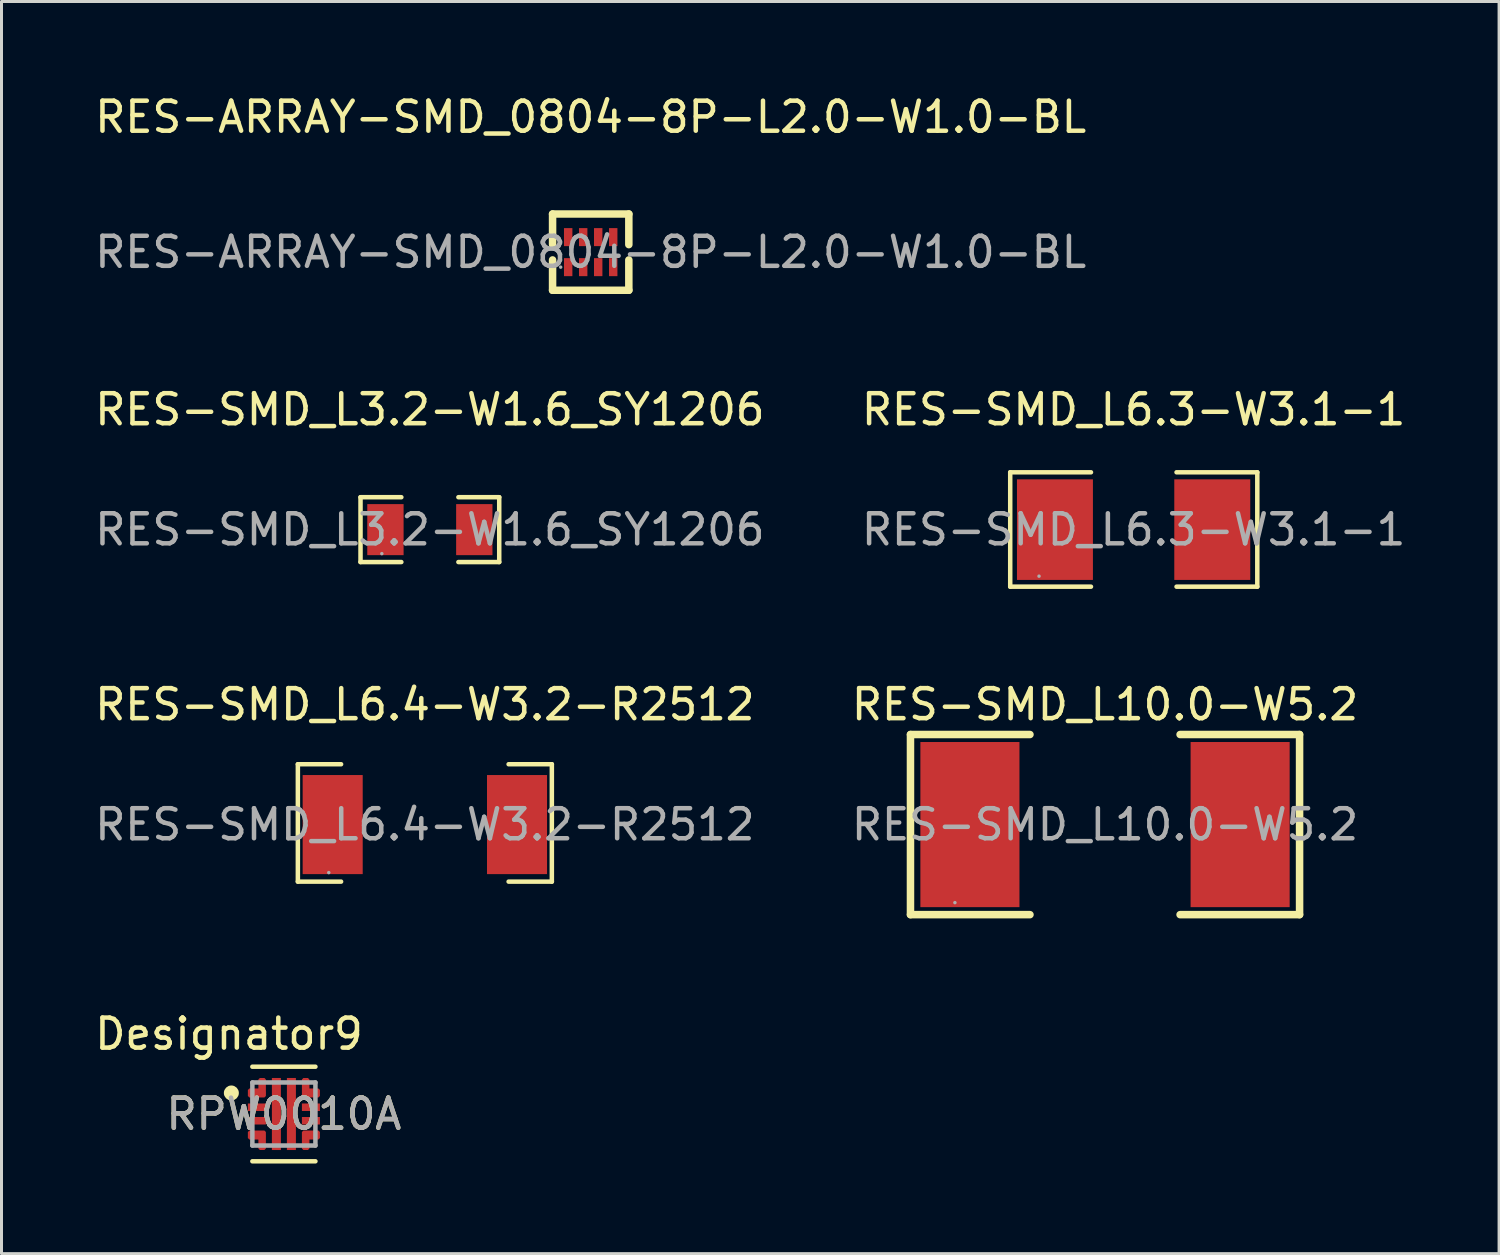
<source format=kicad_pcb>
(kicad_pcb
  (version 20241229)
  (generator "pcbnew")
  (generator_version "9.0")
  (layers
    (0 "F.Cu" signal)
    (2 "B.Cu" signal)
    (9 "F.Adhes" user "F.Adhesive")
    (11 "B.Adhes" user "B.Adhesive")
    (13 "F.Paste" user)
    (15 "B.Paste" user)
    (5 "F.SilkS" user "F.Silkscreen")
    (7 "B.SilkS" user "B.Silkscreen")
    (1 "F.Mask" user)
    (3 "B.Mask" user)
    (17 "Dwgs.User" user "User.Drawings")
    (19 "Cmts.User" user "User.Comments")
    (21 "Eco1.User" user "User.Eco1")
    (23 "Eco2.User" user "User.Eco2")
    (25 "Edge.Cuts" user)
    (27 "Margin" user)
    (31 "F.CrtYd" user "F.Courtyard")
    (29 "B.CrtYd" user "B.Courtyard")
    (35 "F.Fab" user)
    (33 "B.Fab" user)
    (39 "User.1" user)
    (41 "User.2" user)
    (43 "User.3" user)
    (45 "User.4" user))
  (footprint "RES-ARRAY-SMD_0804-8P-L2.0-W1.0-BL"
    (layer "F.Cu")
    (at 16.625 5.348)
    (property "Reference" "RES-ARRAY-SMD_0804-8P-L2.0-W1.0-BL" (at 0 -4.5 0) (layer "F.SilkS") (effects (font (size 1 1) (thickness 0.15))))
    (attr smd)
    (fp_line (start -1.27 -1.27) (end 1.27 -1.27) (stroke (width 0.25) (type solid)) (layer "F.SilkS"))
    (fp_line (start -1.27 -0.25) (end -1.27 -1.27) (stroke (width 0.25) (type solid)) (layer "F.SilkS"))
    (fp_line (start -1.27 1.27) (end -1.27 0.26) (stroke (width 0.25) (type solid)) (layer "F.SilkS"))
    (fp_line (start 1.27 -1.27) (end 1.27 -0.25) (stroke (width 0.25) (type solid)) (layer "F.SilkS"))
    (fp_line (start 1.27 0.26) (end 1.27 1.27) (stroke (width 0.25) (type solid)) (layer "F.SilkS"))
    (fp_line (start 1.27 1.27) (end -1.27 1.27) (stroke (width 0.25) (type solid)) (layer "F.SilkS"))
    (fp_circle (center -1 0.5) (end -0.97 0.5) (stroke (width 0.06) (type solid)) (fill no) (layer "F.Fab"))
    (fp_text user "${REFERENCE}" (at 0 0 0) (layer "F.Fab") (effects (font (size 1 1) (thickness 0.15))))
    (pad "1" smd rect (at -0.75 0.5 90) (size 0.6 0.28) (layers "F.Cu" "F.Mask" "F.Paste"))
    (pad "2" smd rect (at -0.25 0.5 90) (size 0.6 0.28) (layers "F.Cu" "F.Mask" "F.Paste"))
    (pad "3" smd rect (at 0.25 0.5 90) (size 0.6 0.28) (layers "F.Cu" "F.Mask" "F.Paste"))
    (pad "4" smd rect (at 0.75 0.5 90) (size 0.6 0.28) (layers "F.Cu" "F.Mask" "F.Paste"))
    (pad "5" smd rect (at 0.75 -0.5 90) (size 0.6 0.28) (layers "F.Cu" "F.Mask" "F.Paste"))
    (pad "6" smd rect (at 0.25 -0.5 90) (size 0.6 0.28) (layers "F.Cu" "F.Mask" "F.Paste"))
    (pad "7" smd rect (at -0.25 -0.5 90) (size 0.6 0.28) (layers "F.Cu" "F.Mask" "F.Paste"))
    (pad "8" smd rect (at -0.75 -0.5 90) (size 0.6 0.28) (layers "F.Cu" "F.Mask" "F.Paste")))
  (footprint "RES-SMD_L6.3-W3.1-1"
    (layer "F.Cu")
    (at 34.708 14.591)
    (property "Reference" "RES-SMD_L6.3-W3.1-1" (at 0 -4 0) (layer "F.SilkS") (effects (font (size 1 1) (thickness 0.15))))
    (attr smd)
    (fp_line (start -4.11 -1.91) (end -4.11 1.9) (stroke (width 0.15) (type solid)) (layer "F.SilkS"))
    (fp_line (start -4.11 1.9) (end -1.42 1.9) (stroke (width 0.15) (type solid)) (layer "F.SilkS"))
    (fp_line (start -1.42 -1.91) (end -4.11 -1.91) (stroke (width 0.15) (type solid)) (layer "F.SilkS"))
    (fp_line (start 1.43 -1.91) (end 4.12 -1.91) (stroke (width 0.15) (type solid)) (layer "F.SilkS"))
    (fp_line (start 4.12 -1.91) (end 4.12 1.9) (stroke (width 0.15) (type solid)) (layer "F.SilkS"))
    (fp_line (start 4.12 1.9) (end 1.43 1.9) (stroke (width 0.15) (type solid)) (layer "F.SilkS"))
    (fp_circle (center -3.15 1.55) (end -3.12 1.55) (stroke (width 0.06) (type solid)) (fill no) (layer "F.Fab"))
    (fp_text user "${REFERENCE}" (at 0 0 0) (layer "F.Fab") (effects (font (size 1 1) (thickness 0.15))))
    (pad "1" smd rect (at -2.62 0) (size 2.53 3.35) (layers "F.Cu" "F.Mask" "F.Paste"))
    (pad "2" smd rect (at 2.62 0) (size 2.53 3.35) (layers "F.Cu" "F.Mask" "F.Paste")))
  (footprint "RES-SMD_L6.4-W3.2-R2512"
    (layer "F.Cu")
    (at 11.101 24.415)
    (property "Reference" "RES-SMD_L6.4-W3.2-R2512" (at 0 -4 0) (layer "F.SilkS") (effects (font (size 1 1) (thickness 0.15))))
    (attr smd)
    (fp_line (start -4.23 -2.01) (end -2.79 -2.01) (stroke (width 0.15) (type solid)) (layer "F.SilkS"))
    (fp_line (start -4.23 1.9) (end -4.23 -2.01) (stroke (width 0.15) (type solid)) (layer "F.SilkS"))
    (fp_line (start -2.79 1.9) (end -4.23 1.9) (stroke (width 0.15) (type solid)) (layer "F.SilkS"))
    (fp_line (start 2.79 1.9) (end 4.23 1.9) (stroke (width 0.15) (type solid)) (layer "F.SilkS"))
    (fp_line (start 4.23 -2.01) (end 2.79 -2.01) (stroke (width 0.15) (type solid)) (layer "F.SilkS"))
    (fp_line (start 4.23 1.9) (end 4.23 -2.01) (stroke (width 0.15) (type solid)) (layer "F.SilkS"))
    (fp_circle (center -3.2 1.6) (end -3.17 1.6) (stroke (width 0.06) (type solid)) (fill no) (layer "F.Fab"))
    (fp_text user "${REFERENCE}" (at 0 0 0) (layer "F.Fab") (effects (font (size 1 1) (thickness 0.15))))
    (pad "1" smd rect (at -3.07 0) (size 2 3.3) (layers "F.Cu" "F.Mask" "F.Paste"))
    (pad "2" smd rect (at 3.07 0) (size 2 3.3) (layers "F.Cu" "F.Mask" "F.Paste")))
  (footprint "RES-SMD_L3.2-W1.6_SY1206"
    (layer "F.Cu")
    (at 11.268 14.591)
    (property "Reference" "RES-SMD_L3.2-W1.6_SY1206" (at 0 -4 0) (layer "F.SilkS") (effects (font (size 1 1) (thickness 0.15))))
    (attr smd)
    (fp_line (start -2.31 -1.08) (end -0.95 -1.08) (stroke (width 0.15) (type solid)) (layer "F.SilkS"))
    (fp_line (start -2.31 1.08) (end -2.31 -1.08) (stroke (width 0.15) (type solid)) (layer "F.SilkS"))
    (fp_line (start -0.95 1.08) (end -2.31 1.08) (stroke (width 0.15) (type solid)) (layer "F.SilkS"))
    (fp_line (start 0.95 1.08) (end 2.31 1.08) (stroke (width 0.15) (type solid)) (layer "F.SilkS"))
    (fp_line (start 2.31 -1.08) (end 0.95 -1.08) (stroke (width 0.15) (type solid)) (layer "F.SilkS"))
    (fp_line (start 2.31 1.08) (end 2.31 -1.08) (stroke (width 0.15) (type solid)) (layer "F.SilkS"))
    (fp_circle (center -1.6 0.8) (end -1.57 0.8) (stroke (width 0.06) (type solid)) (fill no) (layer "F.Fab"))
    (fp_text user "${REFERENCE}" (at 0 0 0) (layer "F.Fab") (effects (font (size 1 1) (thickness 0.15))))
    (pad "1" smd rect (at -1.48 0) (size 1.21 1.7) (layers "F.Cu" "F.Mask" "F.Paste"))
    (pad "2" smd rect (at 1.48 0) (size 1.21 1.7) (layers "F.Cu" "F.Mask" "F.Paste")))
  (footprint "RPW0010A"
    (layer "F.Cu")
    (at 6.406 34.055)
    (property "Reference" "RPW0010A" (at 0 0 0) (unlocked yes) (layer "F.SilkS") (effects (font (size 1 1) (thickness 0.15))))
    (attr smd)
    (fp_poly (pts (xy -0.85 -0.85) (xy -0.85 -1.15) (xy -0.8 -1.2) (xy -0.65 -1.2) (xy -0.6 -1.15) (xy -0.6 -0.6) (xy -0.65 -0.55) (xy -1.15 -0.55) (xy -1.2 -0.6) (xy -1.2 -0.8) (xy -1.15 -0.85)) (stroke (width 0) (type solid)) (fill yes) (layer "F.Cu"))
    (fp_poly (pts (xy -0.85 0.85) (xy -0.85 1.15) (xy -0.8 1.2) (xy -0.65 1.2) (xy -0.6 1.15) (xy -0.6 0.6) (xy -0.65 0.55) (xy -1.15 0.55) (xy -1.2 0.6) (xy -1.2 0.8) (xy -1.15 0.85)) (stroke (width 0) (type solid)) (fill yes) (layer "F.Cu"))
    (fp_poly (pts (xy 0.85 -0.85) (xy 0.85 -1.15) (xy 0.8 -1.2) (xy 0.65 -1.2) (xy 0.6 -1.15) (xy 0.6 -0.6) (xy 0.65 -0.55) (xy 1.15 -0.55) (xy 1.2 -0.6) (xy 1.2 -0.8) (xy 1.15 -0.85)) (stroke (width 0) (type solid)) (fill yes) (layer "F.Cu"))
    (fp_poly (pts (xy 0.85 0.85) (xy 0.85 1.15) (xy 0.8 1.2) (xy 0.65 1.2) (xy 0.6 1.15) (xy 0.6 0.6) (xy 0.65 0.55) (xy 1.15 0.55) (xy 1.2 0.6) (xy 1.2 0.8) (xy 1.15 0.85)) (stroke (width 0) (type solid)) (fill yes) (layer "F.Cu"))
    (fp_poly (pts (xy -0.85 -0.85) (xy -0.85 -1.15) (xy -0.8 -1.2) (xy -0.65 -1.2) (xy -0.6 -1.15) (xy -0.6 -0.6) (xy -0.65 -0.55) (xy -1.15 -0.55) (xy -1.2 -0.6) (xy -1.2 -0.8) (xy -1.15 -0.85)) (stroke (width 0) (type solid)) (fill yes) (layer "F.Mask"))
    (fp_poly (pts (xy -0.85 0.85) (xy -1.15 0.85) (xy -1.2 0.8) (xy -1.2 0.6) (xy -1.15 0.55) (xy -0.65 0.55) (xy -0.6 0.6) (xy -0.6 1.15) (xy -0.65 1.2) (xy -0.8 1.2) (xy -0.85 1.15)) (stroke (width 0) (type solid)) (fill yes) (layer "F.Mask"))
    (fp_poly (pts (xy 0.85 -0.85) (xy 1.15 -0.85) (xy 1.2 -0.8) (xy 1.2 -0.6) (xy 1.15 -0.55) (xy 0.65 -0.55) (xy 0.6 -0.6) (xy 0.6 -1.15) (xy 0.65 -1.2) (xy 0.8 -1.2) (xy 0.85 -1.15)) (stroke (width 0) (type solid)) (fill yes) (layer "F.Mask"))
    (fp_poly (pts (xy 0.85 0.85) (xy 0.85 1.15) (xy 0.8 1.2) (xy 0.65 1.2) (xy 0.6 1.15) (xy 0.6 0.6) (xy 0.65 0.55) (xy 1.15 0.55) (xy 1.2 0.6) (xy 1.2 0.8) (xy 1.15 0.85)) (stroke (width 0) (type solid)) (fill yes) (layer "F.Mask"))
    (fp_line (start -1.05 -1.575) (end 1.05 -1.575) (stroke (width 0.15) (type solid)) (layer "F.SilkS"))
    (fp_line (start -1.05 1.575) (end 1.05 1.575) (stroke (width 0.15) (type solid)) (layer "F.SilkS"))
    (fp_circle (center -1.75 -0.7) (end -1.625 -0.7) (stroke (width 0.25) (type solid)) (fill no) (layer "F.SilkS"))
    (fp_poly (pts (xy -0.34 1.16) (xy -0.39 1.11) (xy -0.39 0.15) (xy -0.34 0.1) (xy -0.16 0.1) (xy -0.11 0.15) (xy -0.11 1.11) (xy -0.16 1.16)) (stroke (width 0) (type solid)) (fill yes) (layer "F.Paste"))
    (fp_poly (pts (xy -0.11 -1.11) (xy -0.11 -0.15) (xy -0.16 -0.1) (xy -0.34 -0.1) (xy -0.39 -0.15) (xy -0.39 -1.11) (xy -0.34 -1.16) (xy -0.16 -1.16)) (stroke (width 0) (type solid)) (fill yes) (layer "F.Paste"))
    (fp_poly (pts (xy 0.39 -0.15) (xy 0.34 -0.1) (xy 0.16 -0.1) (xy 0.11 -0.15) (xy 0.11 -1.11) (xy 0.16 -1.16) (xy 0.34 -1.16) (xy 0.39 -1.11)) (stroke (width 0) (type solid)) (fill yes) (layer "F.Paste"))
    (fp_poly (pts (xy 0.39 1.11) (xy 0.34 1.16) (xy 0.16 1.16) (xy 0.11 1.11) (xy 0.11 0.15) (xy 0.16 0.1) (xy 0.34 0.1) (xy 0.39 0.15)) (stroke (width 0) (type solid)) (fill yes) (layer "F.Paste"))
    (fp_poly (pts (xy -0.825 -0.825) (xy -0.825 -1.15) (xy -0.775 -1.2) (xy -0.65 -1.2) (xy -0.6 -1.15) (xy -0.6 -0.6) (xy -0.65 -0.55) (xy -1.15 -0.55) (xy -1.2 -0.6) (xy -1.2 -0.775) (xy -1.15 -0.825)) (stroke (width 0) (type solid)) (fill yes) (layer "F.Paste"))
    (fp_poly (pts (xy -0.825 0.825) (xy -0.825 1.15) (xy -0.775 1.2) (xy -0.65 1.2) (xy -0.6 1.15) (xy -0.6 0.6) (xy -0.65 0.55) (xy -1.15 0.55) (xy -1.2 0.6) (xy -1.2 0.775) (xy -1.15 0.825)) (stroke (width 0) (type solid)) (fill yes) (layer "F.Paste"))
    (fp_poly (pts (xy 0.825 -0.825) (xy 0.825 -1.15) (xy 0.775 -1.2) (xy 0.65 -1.2) (xy 0.6 -1.15) (xy 0.6 -0.6) (xy 0.65 -0.55) (xy 1.15 -0.55) (xy 1.2 -0.6) (xy 1.2 -0.775) (xy 1.15 -0.825)) (stroke (width 0) (type solid)) (fill yes) (layer "F.Paste"))
    (fp_poly (pts (xy 0.825 0.825) (xy 0.825 1.15) (xy 0.775 1.2) (xy 0.65 1.2) (xy 0.6 1.15) (xy 0.6 0.6) (xy 0.65 0.55) (xy 1.15 0.55) (xy 1.2 0.6) (xy 1.2 0.775) (xy 1.15 0.825)) (stroke (width 0) (type solid)) (fill yes) (layer "F.Paste"))
    (fp_line (start -1.05 -1.05) (end 1.05 -1.05) (stroke (width 0.15) (type solid)) (layer "F.Fab"))
    (fp_line (start -1.05 1.05) (end -1.05 -1.05) (stroke (width 0.15) (type solid)) (layer "F.Fab"))
    (fp_line (start -1.05 1.05) (end 1.05 1.05) (stroke (width 0.15) (type solid)) (layer "F.Fab"))
    (fp_line (start 1.05 1.05) (end 1.05 -1.05) (stroke (width 0.15) (type solid)) (layer "F.Fab"))
    (fp_text user "Designator9" (at -1.829 -2.667 0) (unlocked yes) (layer "F.SilkS") (effects (font (size 1 1) (thickness 0.15))))
    (fp_text user "${REFERENCE}" (at 0 0 0) (unlocked yes) (layer "F.Fab") (effects (font (size 1 1) (thickness 0.15))))
    (pad "1" smd circle (at -0.75 -0.7) (size 0.27 0.27) (layers "F.Cu" "F.Mask"))
    (pad "2" smd rect (at -0.9 -0.225) (size 0.6 0.25) (layers "F.Cu" "F.Mask" "F.Paste"))
    (pad "3" smd rect (at -0.9 0.225) (size 0.6 0.25) (layers "F.Cu" "F.Mask" "F.Paste"))
    (pad "4" smd circle (at -0.75 0.75) (size 0.255 0.255) (layers "F.Cu" "F.Mask"))
    (pad "5" smd rect (at -0.25 0) (size 0.3 2.4) (layers "F.Cu" "F.Mask"))
    (pad "6" smd rect (at 0.25 0) (size 0.3 2.4) (layers "F.Cu" "F.Mask"))
    (pad "7" smd circle (at 0.75 0.75) (size 0.255 0.255) (layers "F.Cu" "F.Mask"))
    (pad "8" smd rect (at 0.9 0.225) (size 0.6 0.25) (layers "F.Cu" "F.Mask" "F.Paste"))
    (pad "9" smd rect (at 0.9 -0.225) (size 0.6 0.25) (layers "F.Cu" "F.Mask" "F.Paste"))
    (pad "10" smd circle (at 0.75 -0.7) (size 0.27 0.27) (layers "F.Cu" "F.Mask")))
  (footprint "RES-SMD_L10.0-W5.2"
    (layer "F.Cu")
    (at 33.756 24.415)
    (property "Reference" "RES-SMD_L10.0-W5.2" (at 0 -4 0) (layer "F.SilkS") (effects (font (size 1 1) (thickness 0.15))))
    (attr smd)
    (fp_line (start -6.48 -3) (end -6.48 3) (stroke (width 0.25) (type solid)) (layer "F.SilkS"))
    (fp_line (start -6.48 -3) (end -2.5 -3) (stroke (width 0.25) (type solid)) (layer "F.SilkS"))
    (fp_line (start -6.48 3) (end -2.5 3) (stroke (width 0.25) (type solid)) (layer "F.SilkS"))
    (fp_line (start 6.48 -3) (end 2.5 -3) (stroke (width 0.25) (type solid)) (layer "F.SilkS"))
    (fp_line (start 6.48 -3) (end 6.48 3) (stroke (width 0.25) (type solid)) (layer "F.SilkS"))
    (fp_line (start 6.48 3) (end 2.5 3) (stroke (width 0.25) (type solid)) (layer "F.SilkS"))
    (fp_circle (center -5 2.6) (end -4.97 2.6) (stroke (width 0.06) (type solid)) (fill no) (layer "F.Fab"))
    (fp_text user "${REFERENCE}" (at 0 0 0) (layer "F.Fab") (effects (font (size 1 1) (thickness 0.15))))
    (pad "1" smd rect (at -4.5 0) (size 3.3 5.5) (layers "F.Cu" "F.Mask" "F.Paste"))
    (pad "2" smd rect (at 4.5 0) (size 3.3 5.5) (layers "F.Cu" "F.Mask" "F.Paste")))
  (gr_rect
    (start -3 -3)
    (end 46.881 38.705)
    (stroke (width 0.1) (type default))
    (fill no)
    (layer "Edge.Cuts")))
</source>
